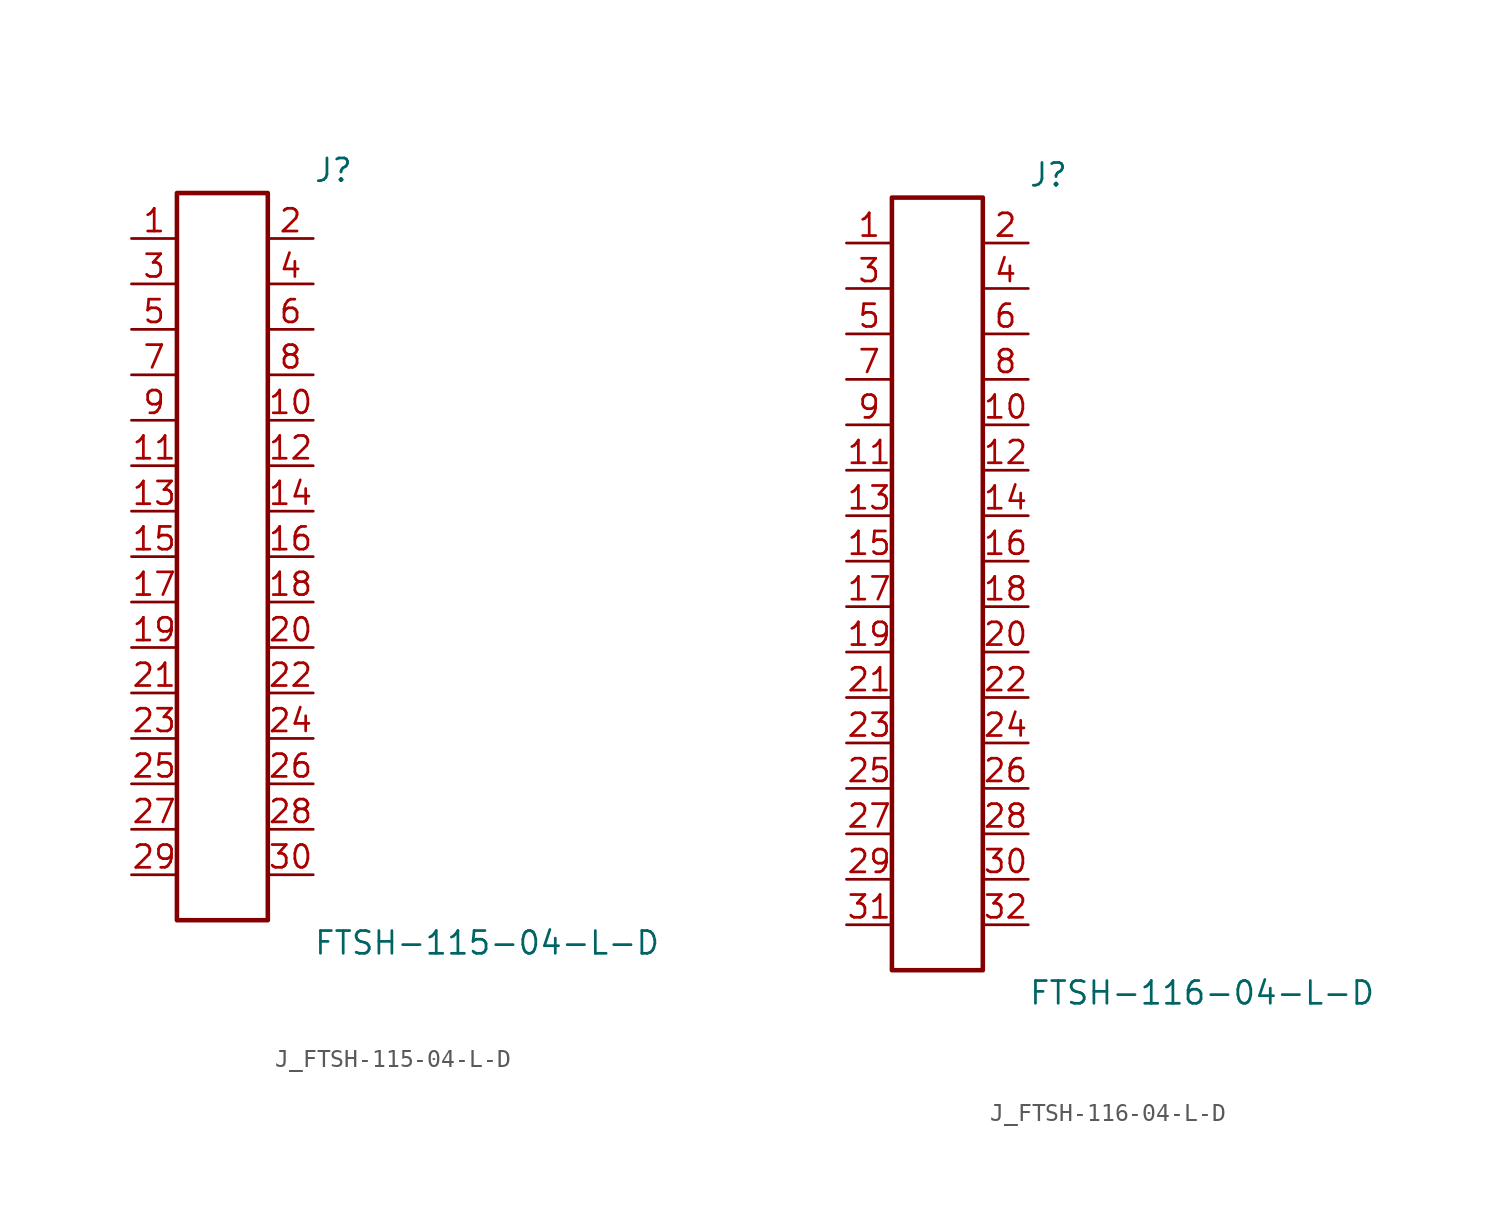
<source format=kicad_sym>
(kicad_symbol_lib
  (version 20231120)
  (generator kicad_symbol_editor)
  (generator_version 8.0)
  (symbol "J_FTSH-115-04-L-D"
    (pin_names
      (offset 0.254))
    (property "Reference" "J"
      (at 5.08 21.59 0)
      (effects (font (size 1.27 1.27)) (justify left)))
    (property "Value" "FTSH-115-04-L-D"
      (at 5.08 -21.59 0)
      (effects (font (size 1.27 1.27)) (justify left)))
    (symbol "J_FTSH-115-04-L-D_0_0"
      (pin passive line (at -5.08 17.78 0) (length 2.54) (name "" (effects (font (size 1.27 1.27)))) (number "1" (effects (font (size 1.27 1.27)))))
      (pin passive line (at 5.08 17.78 180) (length 2.54) (name "" (effects (font (size 1.27 1.27)))) (number "2" (effects (font (size 1.27 1.27)))))
      (pin passive line (at -5.08 15.24 0) (length 2.54) (name "" (effects (font (size 1.27 1.27)))) (number "3" (effects (font (size 1.27 1.27)))))
      (pin passive line (at 5.08 15.24 180) (length 2.54) (name "" (effects (font (size 1.27 1.27)))) (number "4" (effects (font (size 1.27 1.27)))))
      (pin passive line (at -5.08 12.7 0) (length 2.54) (name "" (effects (font (size 1.27 1.27)))) (number "5" (effects (font (size 1.27 1.27)))))
      (pin passive line (at 5.08 12.7 180) (length 2.54) (name "" (effects (font (size 1.27 1.27)))) (number "6" (effects (font (size 1.27 1.27)))))
      (pin passive line (at -5.08 10.16 0) (length 2.54) (name "" (effects (font (size 1.27 1.27)))) (number "7" (effects (font (size 1.27 1.27)))))
      (pin passive line (at 5.08 10.16 180) (length 2.54) (name "" (effects (font (size 1.27 1.27)))) (number "8" (effects (font (size 1.27 1.27)))))
      (pin passive line (at -5.08 7.62 0) (length 2.54) (name "" (effects (font (size 1.27 1.27)))) (number "9" (effects (font (size 1.27 1.27)))))
      (pin passive line (at 5.08 7.62 180) (length 2.54) (name "" (effects (font (size 1.27 1.27)))) (number "10" (effects (font (size 1.27 1.27)))))
      (pin passive line (at -5.08 5.08 0) (length 2.54) (name "" (effects (font (size 1.27 1.27)))) (number "11" (effects (font (size 1.27 1.27)))))
      (pin passive line (at 5.08 5.08 180) (length 2.54) (name "" (effects (font (size 1.27 1.27)))) (number "12" (effects (font (size 1.27 1.27)))))
      (pin passive line (at -5.08 2.54 0) (length 2.54) (name "" (effects (font (size 1.27 1.27)))) (number "13" (effects (font (size 1.27 1.27)))))
      (pin passive line (at 5.08 2.54 180) (length 2.54) (name "" (effects (font (size 1.27 1.27)))) (number "14" (effects (font (size 1.27 1.27)))))
      (pin passive line (at -5.08 0.0 0) (length 2.54) (name "" (effects (font (size 1.27 1.27)))) (number "15" (effects (font (size 1.27 1.27)))))
      (pin passive line (at 5.08 0.0 180) (length 2.54) (name "" (effects (font (size 1.27 1.27)))) (number "16" (effects (font (size 1.27 1.27)))))
      (pin passive line (at -5.08 -2.54 0) (length 2.54) (name "" (effects (font (size 1.27 1.27)))) (number "17" (effects (font (size 1.27 1.27)))))
      (pin passive line (at 5.08 -2.54 180) (length 2.54) (name "" (effects (font (size 1.27 1.27)))) (number "18" (effects (font (size 1.27 1.27)))))
      (pin passive line (at -5.08 -5.08 0) (length 2.54) (name "" (effects (font (size 1.27 1.27)))) (number "19" (effects (font (size 1.27 1.27)))))
      (pin passive line (at 5.08 -5.08 180) (length 2.54) (name "" (effects (font (size 1.27 1.27)))) (number "20" (effects (font (size 1.27 1.27)))))
      (pin passive line (at -5.08 -7.62 0) (length 2.54) (name "" (effects (font (size 1.27 1.27)))) (number "21" (effects (font (size 1.27 1.27)))))
      (pin passive line (at 5.08 -7.62 180) (length 2.54) (name "" (effects (font (size 1.27 1.27)))) (number "22" (effects (font (size 1.27 1.27)))))
      (pin passive line (at -5.08 -10.16 0) (length 2.54) (name "" (effects (font (size 1.27 1.27)))) (number "23" (effects (font (size 1.27 1.27)))))
      (pin passive line (at 5.08 -10.16 180) (length 2.54) (name "" (effects (font (size 1.27 1.27)))) (number "24" (effects (font (size 1.27 1.27)))))
      (pin passive line (at -5.08 -12.7 0) (length 2.54) (name "" (effects (font (size 1.27 1.27)))) (number "25" (effects (font (size 1.27 1.27)))))
      (pin passive line (at 5.08 -12.7 180) (length 2.54) (name "" (effects (font (size 1.27 1.27)))) (number "26" (effects (font (size 1.27 1.27)))))
      (pin passive line (at -5.08 -15.24 0) (length 2.54) (name "" (effects (font (size 1.27 1.27)))) (number "27" (effects (font (size 1.27 1.27)))))
      (pin passive line (at 5.08 -15.24 180) (length 2.54) (name "" (effects (font (size 1.27 1.27)))) (number "28" (effects (font (size 1.27 1.27)))))
      (pin passive line (at -5.08 -17.78 0) (length 2.54) (name "" (effects (font (size 1.27 1.27)))) (number "29" (effects (font (size 1.27 1.27)))))
      (pin passive line (at 5.08 -17.78 180) (length 2.54) (name "" (effects (font (size 1.27 1.27)))) (number "30" (effects (font (size 1.27 1.27))))))
    (symbol "J_FTSH-115-04-L-D_1_0"
      (rectangle (start -2.54 20.32) (end 2.54 -20.32) (stroke (width 0.254) (type solid)) (fill (type none)))))
  (symbol "J_FTSH-116-04-L-D"
    (pin_names
      (offset 0.254))
    (property "Reference" "J"
      (at 5.08 22.86 0)
      (effects (font (size 1.27 1.27)) (justify left)))
    (property "Value" "FTSH-116-04-L-D"
      (at 5.08 -22.86 0)
      (effects (font (size 1.27 1.27)) (justify left)))
    (symbol "J_FTSH-116-04-L-D_0_0"
      (pin passive line (at -5.08 19.05 0) (length 2.54) (name "" (effects (font (size 1.27 1.27)))) (number "1" (effects (font (size 1.27 1.27)))))
      (pin passive line (at 5.08 19.05 180) (length 2.54) (name "" (effects (font (size 1.27 1.27)))) (number "2" (effects (font (size 1.27 1.27)))))
      (pin passive line (at -5.08 16.51 0) (length 2.54) (name "" (effects (font (size 1.27 1.27)))) (number "3" (effects (font (size 1.27 1.27)))))
      (pin passive line (at 5.08 16.51 180) (length 2.54) (name "" (effects (font (size 1.27 1.27)))) (number "4" (effects (font (size 1.27 1.27)))))
      (pin passive line (at -5.08 13.97 0) (length 2.54) (name "" (effects (font (size 1.27 1.27)))) (number "5" (effects (font (size 1.27 1.27)))))
      (pin passive line (at 5.08 13.97 180) (length 2.54) (name "" (effects (font (size 1.27 1.27)))) (number "6" (effects (font (size 1.27 1.27)))))
      (pin passive line (at -5.08 11.43 0) (length 2.54) (name "" (effects (font (size 1.27 1.27)))) (number "7" (effects (font (size 1.27 1.27)))))
      (pin passive line (at 5.08 11.43 180) (length 2.54) (name "" (effects (font (size 1.27 1.27)))) (number "8" (effects (font (size 1.27 1.27)))))
      (pin passive line (at -5.08 8.89 0) (length 2.54) (name "" (effects (font (size 1.27 1.27)))) (number "9" (effects (font (size 1.27 1.27)))))
      (pin passive line (at 5.08 8.89 180) (length 2.54) (name "" (effects (font (size 1.27 1.27)))) (number "10" (effects (font (size 1.27 1.27)))))
      (pin passive line (at -5.08 6.35 0) (length 2.54) (name "" (effects (font (size 1.27 1.27)))) (number "11" (effects (font (size 1.27 1.27)))))
      (pin passive line (at 5.08 6.35 180) (length 2.54) (name "" (effects (font (size 1.27 1.27)))) (number "12" (effects (font (size 1.27 1.27)))))
      (pin passive line (at -5.08 3.81 0) (length 2.54) (name "" (effects (font (size 1.27 1.27)))) (number "13" (effects (font (size 1.27 1.27)))))
      (pin passive line (at 5.08 3.81 180) (length 2.54) (name "" (effects (font (size 1.27 1.27)))) (number "14" (effects (font (size 1.27 1.27)))))
      (pin passive line (at -5.08 1.27 0) (length 2.54) (name "" (effects (font (size 1.27 1.27)))) (number "15" (effects (font (size 1.27 1.27)))))
      (pin passive line (at 5.08 1.27 180) (length 2.54) (name "" (effects (font (size 1.27 1.27)))) (number "16" (effects (font (size 1.27 1.27)))))
      (pin passive line (at -5.08 -1.27 0) (length 2.54) (name "" (effects (font (size 1.27 1.27)))) (number "17" (effects (font (size 1.27 1.27)))))
      (pin passive line (at 5.08 -1.27 180) (length 2.54) (name "" (effects (font (size 1.27 1.27)))) (number "18" (effects (font (size 1.27 1.27)))))
      (pin passive line (at -5.08 -3.81 0) (length 2.54) (name "" (effects (font (size 1.27 1.27)))) (number "19" (effects (font (size 1.27 1.27)))))
      (pin passive line (at 5.08 -3.81 180) (length 2.54) (name "" (effects (font (size 1.27 1.27)))) (number "20" (effects (font (size 1.27 1.27)))))
      (pin passive line (at -5.08 -6.35 0) (length 2.54) (name "" (effects (font (size 1.27 1.27)))) (number "21" (effects (font (size 1.27 1.27)))))
      (pin passive line (at 5.08 -6.35 180) (length 2.54) (name "" (effects (font (size 1.27 1.27)))) (number "22" (effects (font (size 1.27 1.27)))))
      (pin passive line (at -5.08 -8.89 0) (length 2.54) (name "" (effects (font (size 1.27 1.27)))) (number "23" (effects (font (size 1.27 1.27)))))
      (pin passive line (at 5.08 -8.89 180) (length 2.54) (name "" (effects (font (size 1.27 1.27)))) (number "24" (effects (font (size 1.27 1.27)))))
      (pin passive line (at -5.08 -11.43 0) (length 2.54) (name "" (effects (font (size 1.27 1.27)))) (number "25" (effects (font (size 1.27 1.27)))))
      (pin passive line (at 5.08 -11.43 180) (length 2.54) (name "" (effects (font (size 1.27 1.27)))) (number "26" (effects (font (size 1.27 1.27)))))
      (pin passive line (at -5.08 -13.97 0) (length 2.54) (name "" (effects (font (size 1.27 1.27)))) (number "27" (effects (font (size 1.27 1.27)))))
      (pin passive line (at 5.08 -13.97 180) (length 2.54) (name "" (effects (font (size 1.27 1.27)))) (number "28" (effects (font (size 1.27 1.27)))))
      (pin passive line (at -5.08 -16.51 0) (length 2.54) (name "" (effects (font (size 1.27 1.27)))) (number "29" (effects (font (size 1.27 1.27)))))
      (pin passive line (at 5.08 -16.51 180) (length 2.54) (name "" (effects (font (size 1.27 1.27)))) (number "30" (effects (font (size 1.27 1.27)))))
      (pin passive line (at -5.08 -19.05 0) (length 2.54) (name "" (effects (font (size 1.27 1.27)))) (number "31" (effects (font (size 1.27 1.27)))))
      (pin passive line (at 5.08 -19.05 180) (length 2.54) (name "" (effects (font (size 1.27 1.27)))) (number "32" (effects (font (size 1.27 1.27))))))
    (symbol "J_FTSH-116-04-L-D_1_0"
      (rectangle (start -2.54 21.59) (end 2.54 -21.59) (stroke (width 0.254) (type solid)) (fill (type none))))))
</source>
